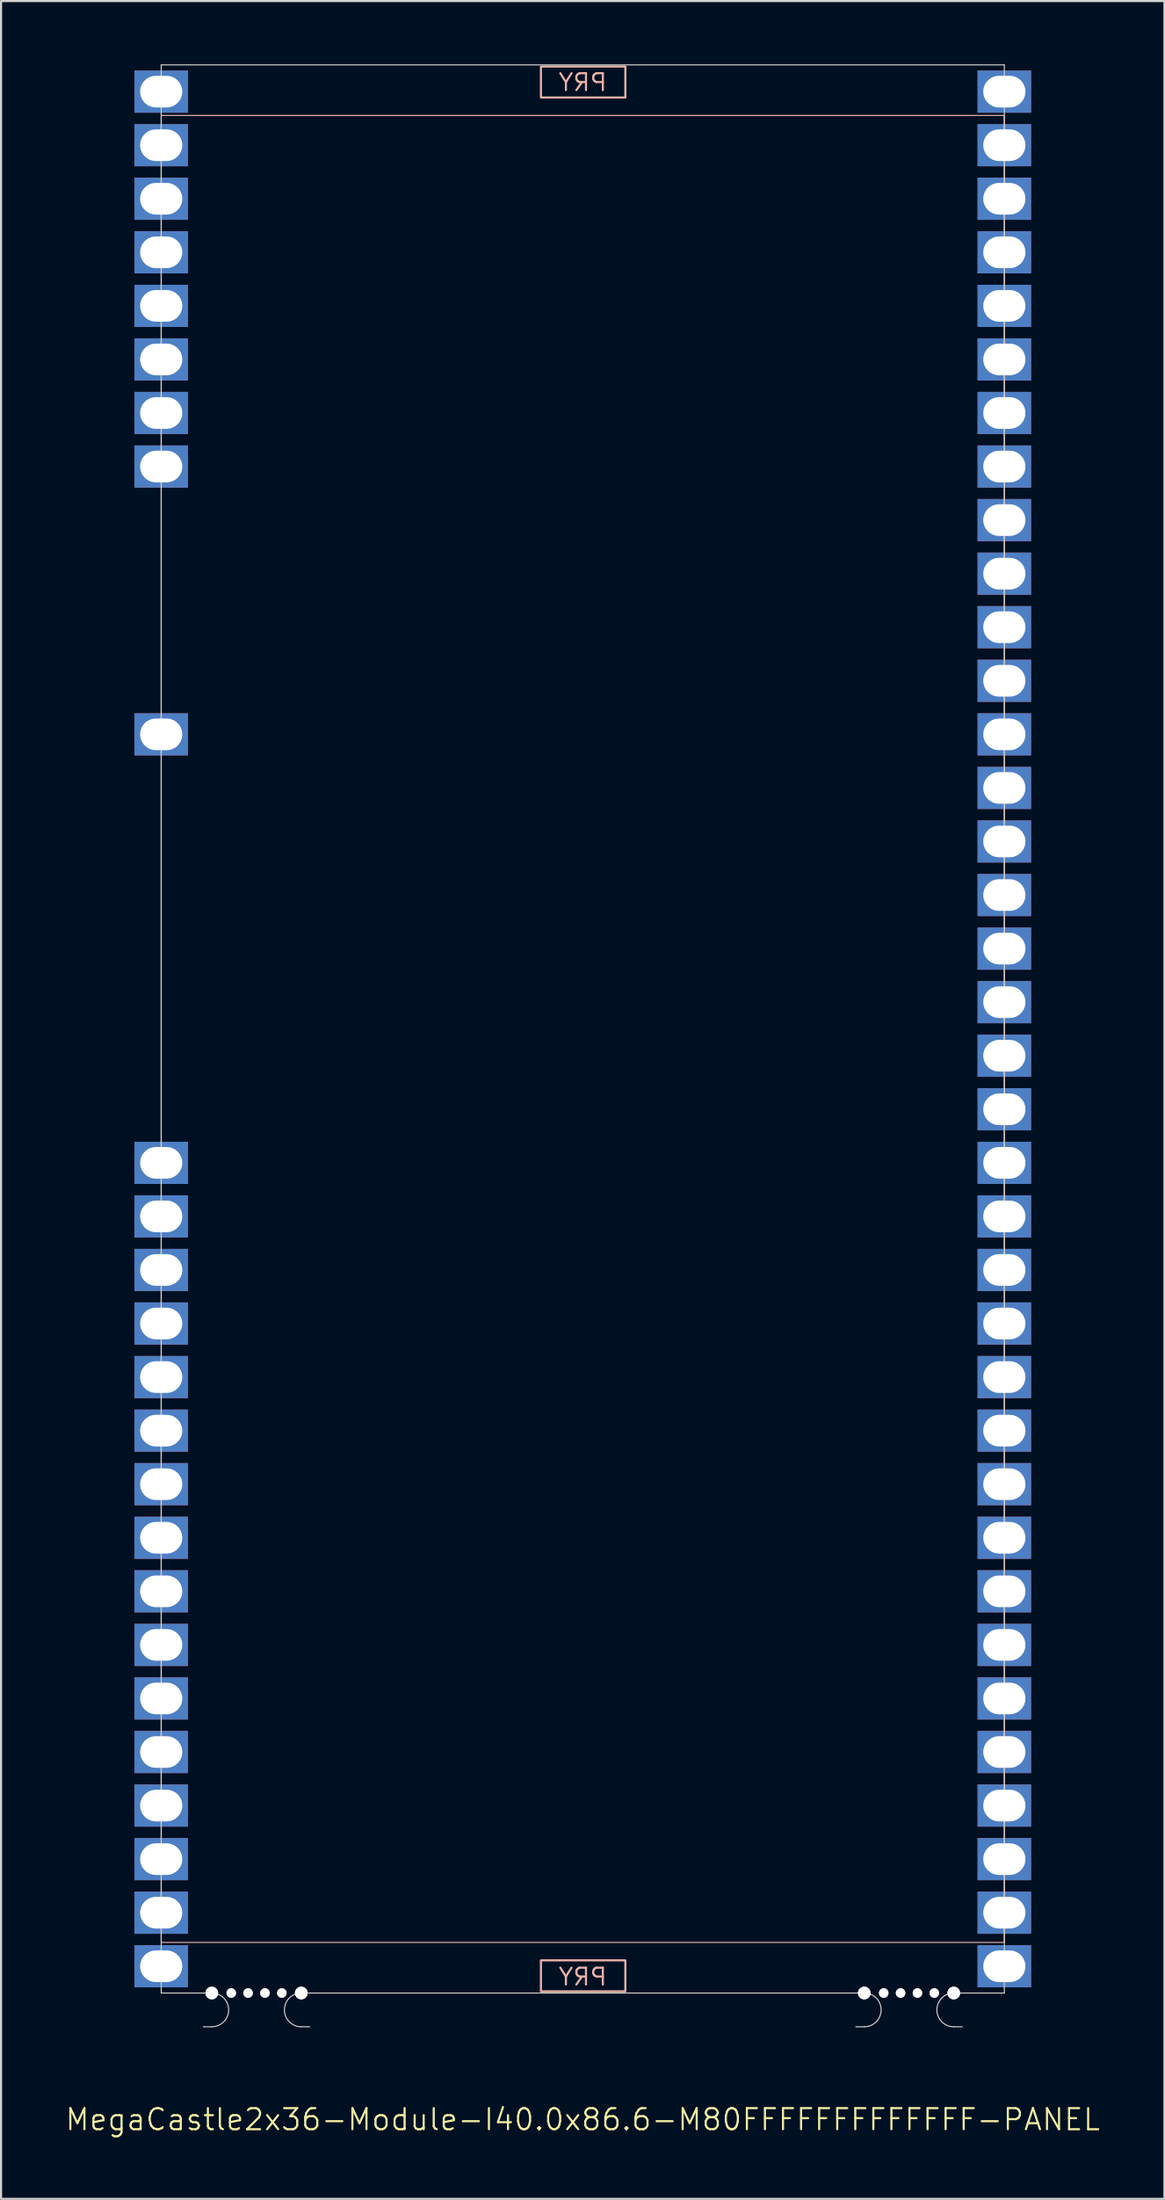
<source format=kicad_pcb>
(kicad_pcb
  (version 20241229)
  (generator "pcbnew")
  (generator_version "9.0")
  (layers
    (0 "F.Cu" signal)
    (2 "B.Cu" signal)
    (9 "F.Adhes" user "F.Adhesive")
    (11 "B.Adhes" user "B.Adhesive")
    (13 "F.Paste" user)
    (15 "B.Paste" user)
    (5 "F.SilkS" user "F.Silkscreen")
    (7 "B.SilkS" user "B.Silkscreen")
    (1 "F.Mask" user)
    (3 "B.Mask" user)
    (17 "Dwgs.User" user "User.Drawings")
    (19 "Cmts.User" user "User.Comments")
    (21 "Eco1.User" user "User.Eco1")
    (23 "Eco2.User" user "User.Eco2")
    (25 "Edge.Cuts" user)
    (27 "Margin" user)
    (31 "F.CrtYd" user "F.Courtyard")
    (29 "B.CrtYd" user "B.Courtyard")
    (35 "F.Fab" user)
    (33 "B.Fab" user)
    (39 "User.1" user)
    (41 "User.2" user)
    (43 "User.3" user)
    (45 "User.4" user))
  (footprint "MegaCastle2x36-Module-I40.0x86.6-M80FFFFFFFFFFFFF-PANEL"
    (layer "F.Cu")
    (at 24.598 45.745)
    (property "Reference" "MegaCastle2x36-Module-I40.0x86.6-M80FFFFFFFFFFFFF-PANEL" (at 0 51.72 0) (unlocked yes) (layer "F.SilkS") (effects (font (size 1 1) (thickness 0.1))))
    (attr smd)
    (fp_rect (start -20 43.32) (end 20 -43.32) (stroke (width 0.05) (type default)) (fill no) (layer "B.SilkS"))
    (fp_rect (start -1.984 -44.171) (end 2.02 -45.64) (stroke (width 0.1) (type default)) (fill no) (layer "B.SilkS"))
    (fp_rect (start -1.984 44.171) (end 2.02 45.64) (stroke (width 0.1) (type default)) (fill no) (layer "B.SilkS"))
    (fp_line (start -20 -45.72) (end -20 45.72) (stroke (width 0.05) (type default)) (layer "Edge.Cuts"))
    (fp_line (start -20 -45.72) (end 20 -45.72) (stroke (width 0.05) (type default)) (layer "Edge.Cuts"))
    (fp_line (start -20 45.72) (end -18 45.72) (stroke (width 0.05) (type default)) (layer "Edge.Cuts"))
    (fp_line (start -18 45.72) (end -17.6 45.72) (stroke (width 0.05) (type default)) (layer "Edge.Cuts"))
    (fp_line (start -18 47.32) (end -17.6 47.32) (stroke (width 0.05) (type default)) (layer "Edge.Cuts"))
    (fp_line (start -12.955 45.72) (end -13.355 45.72) (stroke (width 0.05) (type default)) (layer "Edge.Cuts"))
    (fp_line (start -12.955 45.72) (end 12.955 45.72) (stroke (width 0.05) (type default)) (layer "Edge.Cuts"))
    (fp_line (start -12.955 47.32) (end -13.355 47.32) (stroke (width 0.05) (type default)) (layer "Edge.Cuts"))
    (fp_line (start 12.955 45.72) (end 13.355 45.72) (stroke (width 0.05) (type default)) (layer "Edge.Cuts"))
    (fp_line (start 12.955 47.32) (end 13.355 47.32) (stroke (width 0.05) (type default)) (layer "Edge.Cuts"))
    (fp_line (start 18 45.72) (end 17.6 45.72) (stroke (width 0.05) (type default)) (layer "Edge.Cuts"))
    (fp_line (start 18 45.72) (end 20 45.72) (stroke (width 0.05) (type default)) (layer "Edge.Cuts"))
    (fp_line (start 18 47.32) (end 17.6 47.32) (stroke (width 0.05) (type default)) (layer "Edge.Cuts"))
    (fp_line (start 20 -45.72) (end 20 45.72) (stroke (width 0.05) (type default)) (layer "Edge.Cuts"))
    (fp_arc (start -17.6 45.720001) (mid -16.799999 46.52) (end -17.6 47.32) (stroke (width 0.05) (type default)) (layer "Edge.Cuts"))
    (fp_arc (start -13.355 47.32) (mid -14.154999 46.520001) (end -13.355 45.720001) (stroke (width 0.05) (type default)) (layer "Edge.Cuts"))
    (fp_arc (start 13.355001 45.720001) (mid 14.155002 46.52) (end 13.355001 47.32) (stroke (width 0.05) (type default)) (layer "Edge.Cuts"))
    (fp_arc (start 17.600002 47.32) (mid 16.8 46.52) (end 17.600002 45.720001) (stroke (width 0.05) (type default)) (layer "Edge.Cuts"))
    (fp_text user "PRY" (at 0 -44.42 0) (unlocked yes) (layer "B.SilkS") (effects (font (size 0.8 0.8) (thickness 0.1)) (justify bottom mirror)))
    (fp_text user "PRY" (at 0 45.42 0) (unlocked yes) (layer "B.SilkS") (effects (font (size 0.8 0.8) (thickness 0.1)) (justify bottom mirror)))
    (pad "" np_thru_hole circle (at -17.6 45.72) (size 0.6 0.6) (drill 0.6) (layers "*.Cu" "Edge.Cuts"))
    (pad "" np_thru_hole circle (at -16.677 45.72) (size 0.45 0.45) (drill 0.45) (layers "*.Cu" "Edge.Cuts"))
    (pad "" np_thru_hole circle (at -15.878 45.72) (size 0.45 0.45) (drill 0.45) (layers "*.Cu" "Edge.Cuts"))
    (pad "" np_thru_hole circle (at -15.078 45.72) (size 0.45 0.45) (drill 0.45) (layers "*.Cu" "Edge.Cuts"))
    (pad "" np_thru_hole circle (at -14.277 45.72) (size 0.45 0.45) (drill 0.45) (layers "*.Cu" "Edge.Cuts"))
    (pad "" np_thru_hole circle (at -13.355 45.72) (size 0.6 0.6) (drill 0.6) (layers "*.Cu" "Edge.Cuts"))
    (pad "" np_thru_hole circle (at 13.355 45.72) (size 0.6 0.6) (drill 0.6) (layers "*.Cu" "Edge.Cuts"))
    (pad "" np_thru_hole circle (at 14.278 45.72) (size 0.45 0.45) (drill 0.45) (layers "*.Cu" "Edge.Cuts"))
    (pad "" np_thru_hole circle (at 15.078 45.72) (size 0.45 0.45) (drill 0.45) (layers "*.Cu" "Edge.Cuts"))
    (pad "" np_thru_hole circle (at 15.878 45.72) (size 0.45 0.45) (drill 0.45) (layers "*.Cu" "Edge.Cuts"))
    (pad "" np_thru_hole circle (at 16.678 45.72) (size 0.45 0.45) (drill 0.45) (layers "*.Cu" "Edge.Cuts"))
    (pad "" np_thru_hole circle (at 17.6 45.72) (size 0.6 0.6) (drill 0.6) (layers "*.Cu" "Edge.Cuts"))
    (pad "1" thru_hole rect (at -20 -44.45) (size 2.54 2) (drill oval 2 1.5) (property pad_prop_castellated) (layers "*.Cu" "*.Mask"))
    (pad "2" thru_hole rect (at -20 -41.91) (size 2.54 2) (drill oval 2 1.5) (property pad_prop_castellated) (layers "*.Cu" "*.Mask"))
    (pad "3" thru_hole rect (at -20 -39.37) (size 2.54 2) (drill oval 2 1.5) (property pad_prop_castellated) (layers "*.Cu" "*.Mask"))
    (pad "4" thru_hole rect (at -20 -36.83) (size 2.54 2) (drill oval 2 1.5) (property pad_prop_castellated) (layers "*.Cu" "*.Mask"))
    (pad "5" thru_hole rect (at -20 -34.29) (size 2.54 2) (drill oval 2 1.5) (property pad_prop_castellated) (layers "*.Cu" "*.Mask"))
    (pad "6" thru_hole rect (at -20 -31.75) (size 2.54 2) (drill oval 2 1.5) (property pad_prop_castellated) (layers "*.Cu" "*.Mask"))
    (pad "7" thru_hole rect (at -20 -29.21) (size 2.54 2) (drill oval 2 1.5) (property pad_prop_castellated) (layers "*.Cu" "*.Mask"))
    (pad "8" thru_hole rect (at -20 -26.67) (size 2.54 2) (drill oval 2 1.5) (property pad_prop_castellated) (layers "*.Cu" "*.Mask"))
    (pad "13" thru_hole rect (at -20 -13.97) (size 2.54 2) (drill oval 2 1.5) (property pad_prop_castellated) (layers "*.Cu" "*.Mask"))
    (pad "21" thru_hole rect (at -20 6.35) (size 2.54 2) (drill oval 2 1.5) (property pad_prop_castellated) (layers "*.Cu" "*.Mask"))
    (pad "22" thru_hole rect (at -20 8.89) (size 2.54 2) (drill oval 2 1.5) (property pad_prop_castellated) (layers "*.Cu" "*.Mask"))
    (pad "23" thru_hole rect (at -20 11.43) (size 2.54 2) (drill oval 2 1.5) (property pad_prop_castellated) (layers "*.Cu" "*.Mask"))
    (pad "24" thru_hole rect (at -20 13.97) (size 2.54 2) (drill oval 2 1.5) (property pad_prop_castellated) (layers "*.Cu" "*.Mask"))
    (pad "25" thru_hole rect (at -20 16.51) (size 2.54 2) (drill oval 2 1.5) (property pad_prop_castellated) (layers "*.Cu" "*.Mask"))
    (pad "26" thru_hole rect (at -20 19.05) (size 2.54 2) (drill oval 2 1.5) (property pad_prop_castellated) (layers "*.Cu" "*.Mask"))
    (pad "27" thru_hole rect (at -20 21.59) (size 2.54 2) (drill oval 2 1.5) (property pad_prop_castellated) (layers "*.Cu" "*.Mask"))
    (pad "28" thru_hole rect (at -20 24.13) (size 2.54 2) (drill oval 2 1.5) (property pad_prop_castellated) (layers "*.Cu" "*.Mask"))
    (pad "29" thru_hole rect (at -20 26.67) (size 2.54 2) (drill oval 2 1.5) (property pad_prop_castellated) (layers "*.Cu" "*.Mask"))
    (pad "30" thru_hole rect (at -20 29.21) (size 2.54 2) (drill oval 2 1.5) (property pad_prop_castellated) (layers "*.Cu" "*.Mask"))
    (pad "31" thru_hole rect (at -20 31.75) (size 2.54 2) (drill oval 2 1.5) (property pad_prop_castellated) (layers "*.Cu" "*.Mask"))
    (pad "32" thru_hole rect (at -20 34.29) (size 2.54 2) (drill oval 2 1.5) (property pad_prop_castellated) (layers "*.Cu" "*.Mask"))
    (pad "33" thru_hole rect (at -20 36.83) (size 2.54 2) (drill oval 2 1.5) (property pad_prop_castellated) (layers "*.Cu" "*.Mask"))
    (pad "34" thru_hole rect (at -20 39.37) (size 2.54 2) (drill oval 2 1.5) (property pad_prop_castellated) (layers "*.Cu" "*.Mask"))
    (pad "35" thru_hole rect (at -20 41.91) (size 2.54 2) (drill oval 2 1.5) (property pad_prop_castellated) (layers "*.Cu" "*.Mask"))
    (pad "36" thru_hole rect (at -20 44.45) (size 2.54 2) (drill oval 2 1.5) (property pad_prop_castellated) (layers "*.Cu" "*.Mask"))
    (pad "37" thru_hole rect (at 20 -44.45) (size 2.54 2) (drill oval 2 1.5) (property pad_prop_castellated) (layers "*.Cu" "*.Mask"))
    (pad "38" thru_hole rect (at 20 -41.91) (size 2.54 2) (drill oval 2 1.5) (property pad_prop_castellated) (layers "*.Cu" "*.Mask"))
    (pad "39" thru_hole rect (at 20 -39.37) (size 2.54 2) (drill oval 2 1.5) (property pad_prop_castellated) (layers "*.Cu" "*.Mask"))
    (pad "40" thru_hole rect (at 20 -36.83) (size 2.54 2) (drill oval 2 1.5) (property pad_prop_castellated) (layers "*.Cu" "*.Mask"))
    (pad "41" thru_hole rect (at 20 -34.29) (size 2.54 2) (drill oval 2 1.5) (property pad_prop_castellated) (layers "*.Cu" "*.Mask"))
    (pad "42" thru_hole rect (at 20 -31.75) (size 2.54 2) (drill oval 2 1.5) (property pad_prop_castellated) (layers "*.Cu" "*.Mask"))
    (pad "43" thru_hole rect (at 20 -29.21) (size 2.54 2) (drill oval 2 1.5) (property pad_prop_castellated) (layers "*.Cu" "*.Mask"))
    (pad "44" thru_hole rect (at 20 -26.67) (size 2.54 2) (drill oval 2 1.5) (property pad_prop_castellated) (layers "*.Cu" "*.Mask"))
    (pad "45" thru_hole rect (at 20 -24.13) (size 2.54 2) (drill oval 2 1.5) (property pad_prop_castellated) (layers "*.Cu" "*.Mask"))
    (pad "46" thru_hole rect (at 20 -21.59) (size 2.54 2) (drill oval 2 1.5) (property pad_prop_castellated) (layers "*.Cu" "*.Mask"))
    (pad "47" thru_hole rect (at 20 -19.05) (size 2.54 2) (drill oval 2 1.5) (property pad_prop_castellated) (layers "*.Cu" "*.Mask"))
    (pad "48" thru_hole rect (at 20 -16.51) (size 2.54 2) (drill oval 2 1.5) (property pad_prop_castellated) (layers "*.Cu" "*.Mask"))
    (pad "49" thru_hole rect (at 20 -13.97) (size 2.54 2) (drill oval 2 1.5) (property pad_prop_castellated) (layers "*.Cu" "*.Mask"))
    (pad "50" thru_hole rect (at 20 -11.43) (size 2.54 2) (drill oval 2 1.5) (property pad_prop_castellated) (layers "*.Cu" "*.Mask"))
    (pad "51" thru_hole rect (at 20 -8.89) (size 2.54 2) (drill oval 2 1.5) (property pad_prop_castellated) (layers "*.Cu" "*.Mask"))
    (pad "52" thru_hole rect (at 20 -6.35) (size 2.54 2) (drill oval 2 1.5) (property pad_prop_castellated) (layers "*.Cu" "*.Mask"))
    (pad "53" thru_hole rect (at 20 -3.81) (size 2.54 2) (drill oval 2 1.5) (property pad_prop_castellated) (layers "*.Cu" "*.Mask"))
    (pad "54" thru_hole rect (at 20 -1.27) (size 2.54 2) (drill oval 2 1.5) (property pad_prop_castellated) (layers "*.Cu" "*.Mask"))
    (pad "55" thru_hole rect (at 20 1.27) (size 2.54 2) (drill oval 2 1.5) (property pad_prop_castellated) (layers "*.Cu" "*.Mask"))
    (pad "56" thru_hole rect (at 20 3.81) (size 2.54 2) (drill oval 2 1.5) (property pad_prop_castellated) (layers "*.Cu" "*.Mask"))
    (pad "57" thru_hole rect (at 20 6.35) (size 2.54 2) (drill oval 2 1.5) (property pad_prop_castellated) (layers "*.Cu" "*.Mask"))
    (pad "58" thru_hole rect (at 20 8.89) (size 2.54 2) (drill oval 2 1.5) (property pad_prop_castellated) (layers "*.Cu" "*.Mask"))
    (pad "59" thru_hole rect (at 20 11.43) (size 2.54 2) (drill oval 2 1.5) (property pad_prop_castellated) (layers "*.Cu" "*.Mask"))
    (pad "60" thru_hole rect (at 20 13.97) (size 2.54 2) (drill oval 2 1.5) (property pad_prop_castellated) (layers "*.Cu" "*.Mask"))
    (pad "61" thru_hole rect (at 20 16.51) (size 2.54 2) (drill oval 2 1.5) (property pad_prop_castellated) (layers "*.Cu" "*.Mask"))
    (pad "62" thru_hole rect (at 20 19.05) (size 2.54 2) (drill oval 2 1.5) (property pad_prop_castellated) (layers "*.Cu" "*.Mask"))
    (pad "63" thru_hole rect (at 20 21.59) (size 2.54 2) (drill oval 2 1.5) (property pad_prop_castellated) (layers "*.Cu" "*.Mask"))
    (pad "64" thru_hole rect (at 20 24.13) (size 2.54 2) (drill oval 2 1.5) (property pad_prop_castellated) (layers "*.Cu" "*.Mask"))
    (pad "65" thru_hole rect (at 20 26.67) (size 2.54 2) (drill oval 2 1.5) (property pad_prop_castellated) (layers "*.Cu" "*.Mask"))
    (pad "66" thru_hole rect (at 20 29.21) (size 2.54 2) (drill oval 2 1.5) (property pad_prop_castellated) (layers "*.Cu" "*.Mask"))
    (pad "67" thru_hole rect (at 20 31.75) (size 2.54 2) (drill oval 2 1.5) (property pad_prop_castellated) (layers "*.Cu" "*.Mask"))
    (pad "68" thru_hole rect (at 20 34.29) (size 2.54 2) (drill oval 2 1.5) (property pad_prop_castellated) (layers "*.Cu" "*.Mask"))
    (pad "69" thru_hole rect (at 20 36.83) (size 2.54 2) (drill oval 2 1.5) (property pad_prop_castellated) (layers "*.Cu" "*.Mask"))
    (pad "70" thru_hole rect (at 20 39.37) (size 2.54 2) (drill oval 2 1.5) (property pad_prop_castellated) (layers "*.Cu" "*.Mask"))
    (pad "71" thru_hole rect (at 20 41.91) (size 2.54 2) (drill oval 2 1.5) (property pad_prop_castellated) (layers "*.Cu" "*.Mask"))
    (pad "72" thru_hole rect (at 20 44.45) (size 2.54 2) (drill oval 2 1.5) (property pad_prop_castellated) (layers "*.Cu" "*.Mask"))
    (zone (net_name "") (layer "B.Cu") (hatch edge 0.5) (connect_pads) (min_thickness 0.25) (filled_areas_thickness no) (keepout (tracks allowed) (vias allowed) (pads allowed) (copperpour allowed) (footprints not_allowed)) (placement (enabled no)) (fill) (polygon (pts (xy 4.598 91.465) (xy 4.598 0.025))))
    (zone (net_name "") (layer "B.Cu") (hatch edge 0.5) (connect_pads) (min_thickness 0.25) (filled_areas_thickness no) (keepout (tracks allowed) (vias allowed) (pads allowed) (copperpour allowed) (footprints not_allowed)) (placement (enabled no)) (fill) (polygon (pts (xy 44.598 91.465) (xy 44.598 0.025))))
    (zone (net_name "") (layer "B.Cu") (hatch edge 0.5) (connect_pads) (min_thickness 0.25) (filled_areas_thickness no) (keepout (tracks allowed) (vias allowed) (pads allowed) (copperpour allowed) (footprints not_allowed)) (placement (enabled no)) (fill) (polygon (pts (xy 4.598 0.025) (xy 4.598 2.425) (xy 44.598 2.425) (xy 44.598 0.025))))
    (zone (net_name "") (layer "B.Cu") (hatch edge 0.5) (connect_pads) (min_thickness 0.25) (filled_areas_thickness no) (keepout (tracks allowed) (vias allowed) (pads allowed) (copperpour allowed) (footprints not_allowed)) (placement (enabled no)) (fill) (polygon (pts (xy 4.598 91.465) (xy 4.598 89.065) (xy 44.598 89.065) (xy 44.598 91.465))))
    (zone (net_name "") (layer "B.Cu") (name "Upper Pry Zone") (hatch edge 0.5) (connect_pads) (min_thickness 0.25) (filled_areas_thickness no) (keepout (tracks not_allowed) (vias not_allowed) (pads not_allowed) (copperpour allowed) (footprints not_allowed)) (placement (enabled no)) (fill) (polygon (pts (xy 22.613 1.574) (xy 22.613 0.105) (xy 26.617 0.105) (xy 26.617 1.574))))
    (zone (net_name "") (layer "B.Cu") (name "Upper Pry Zone") (hatch edge 0.5) (connect_pads) (min_thickness 0.25) (filled_areas_thickness no) (keepout (tracks not_allowed) (vias not_allowed) (pads not_allowed) (copperpour allowed) (footprints not_allowed)) (placement (enabled no)) (fill) (polygon (pts (xy 22.613 89.916) (xy 22.613 91.385) (xy 26.617 91.385) (xy 26.617 89.916)))))
  (gr_rect
    (start -3 -3)
    (end 52.195 101.226)
    (stroke (width 0.1) (type default))
    (fill no)
    (layer "Edge.Cuts")))
</source>
